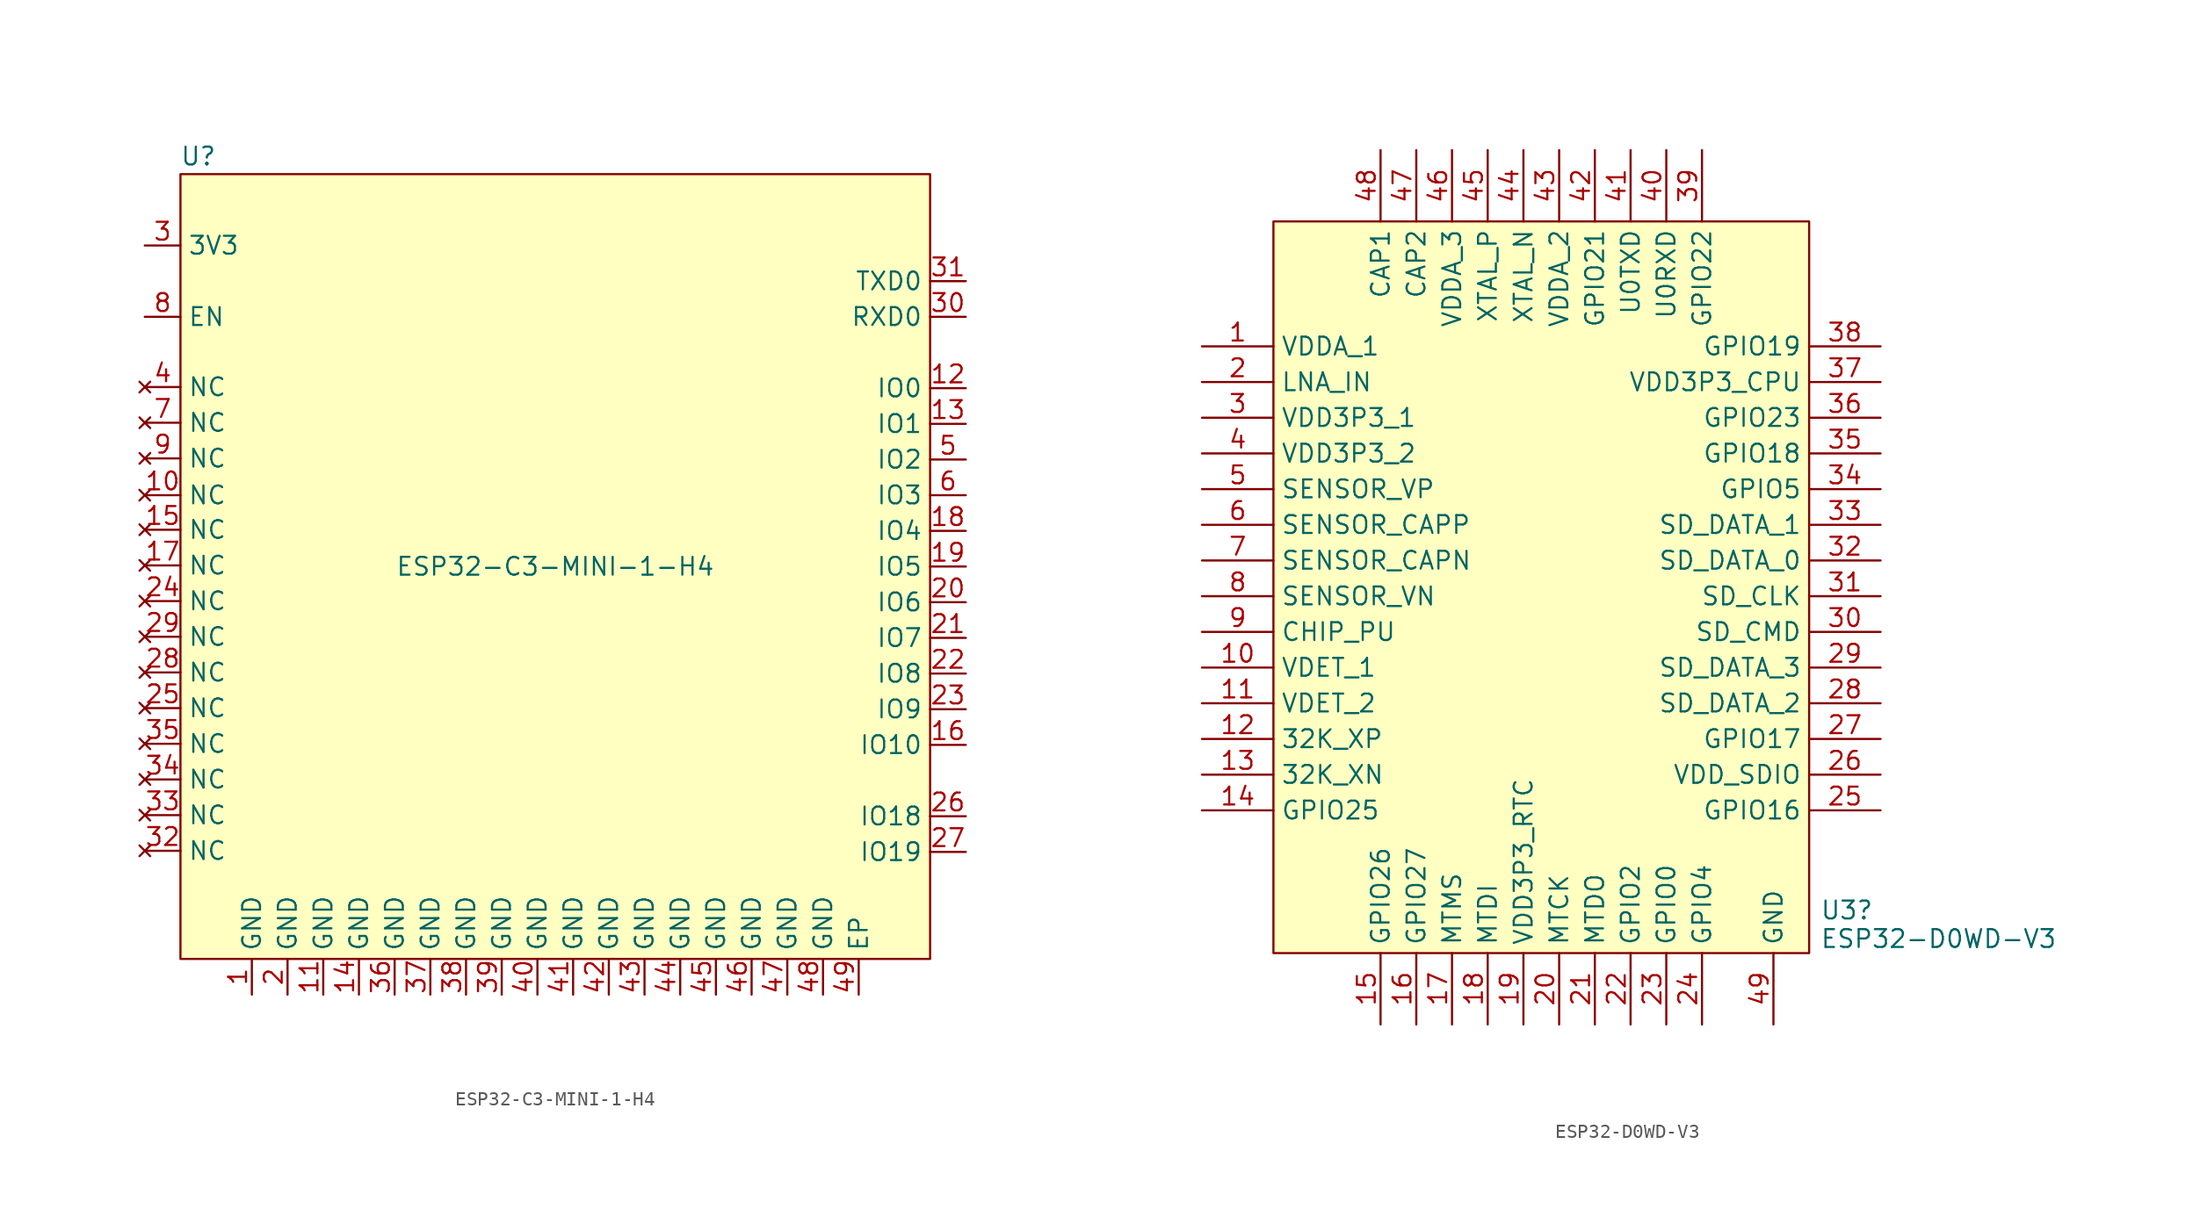
<source format=kicad_sym>
(kicad_symbol_lib
  (version 20241209)
  (generator "kicad_symbol_editor")
  (generator_version "9.0")
  (symbol "ESP32-C3-MINI-1-H4"
    (property "Reference" "U"
      (at 1.27 57.15 0)
      (effects (font (size 1.27 1.27))))
    (property "Value" "ESP32-C3-MINI-1-H4"
      (at 26.67 27.94 0)
      (effects (font (size 1.27 1.27))))
    (symbol "ESP32-C3-MINI-1-H4_0_1"
      (rectangle (start 0 55.88) (end 53.34 0) (stroke (width 0) (type default)) (fill (type background))))
    (symbol "ESP32-C3-MINI-1-H4_1_1"
      (pin power_in line (at -2.54 50.8 0) (length 2.54) (name "3V3" (effects (font (size 1.27 1.27)))) (number "3" (effects (font (size 1.27 1.27)))))
      (pin input line (at -2.54 45.72 0) (length 2.54) (name "EN" (effects (font (size 1.27 1.27)))) (number "8" (effects (font (size 1.27 1.27)))))
      (pin no_connect line (at -2.54 33.02 0) (length 2.54) (name "NC" (effects (font (size 1.27 1.27)))) (number "10" (effects (font (size 1.27 1.27)))))
      (pin no_connect line (at -2.534 40.719 0) (length 2.54) (name "NC" (effects (font (size 1.27 1.27)))) (number "4" (effects (font (size 1.27 1.27)))))
      (pin no_connect line (at -2.534 38.179 0) (length 2.54) (name "NC" (effects (font (size 1.27 1.27)))) (number "7" (effects (font (size 1.27 1.27)))))
      (pin no_connect line (at -2.534 35.639 0) (length 2.54) (name "NC" (effects (font (size 1.27 1.27)))) (number "9" (effects (font (size 1.27 1.27)))))
      (pin no_connect line (at -2.534 30.559 0) (length 2.54) (name "NC" (effects (font (size 1.27 1.27)))) (number "15" (effects (font (size 1.27 1.27)))))
      (pin no_connect line (at -2.534 28.019 0) (length 2.54) (name "NC" (effects (font (size 1.27 1.27)))) (number "17" (effects (font (size 1.27 1.27)))))
      (pin no_connect line (at -2.534 25.479 0) (length 2.54) (name "NC" (effects (font (size 1.27 1.27)))) (number "24" (effects (font (size 1.27 1.27)))))
      (pin no_connect line (at -2.534 22.939 0) (length 2.54) (name "NC" (effects (font (size 1.27 1.27)))) (number "29" (effects (font (size 1.27 1.27)))))
      (pin no_connect line (at -2.534 20.399 0) (length 2.54) (name "NC" (effects (font (size 1.27 1.27)))) (number "28" (effects (font (size 1.27 1.27)))))
      (pin no_connect line (at -2.534 17.859 0) (length 2.54) (name "NC" (effects (font (size 1.27 1.27)))) (number "25" (effects (font (size 1.27 1.27)))))
      (pin no_connect line (at -2.534 15.319 0) (length 2.54) (name "NC" (effects (font (size 1.27 1.27)))) (number "35" (effects (font (size 1.27 1.27)))))
      (pin no_connect line (at -2.534 12.779 0) (length 2.54) (name "NC" (effects (font (size 1.27 1.27)))) (number "34" (effects (font (size 1.27 1.27)))))
      (pin no_connect line (at -2.534 10.239 0) (length 2.54) (name "NC" (effects (font (size 1.27 1.27)))) (number "33" (effects (font (size 1.27 1.27)))))
      (pin no_connect line (at -2.534 7.699 0) (length 2.54) (name "NC" (effects (font (size 1.27 1.27)))) (number "32" (effects (font (size 1.27 1.27)))))
      (pin power_in line (at 5.08 -2.54 90) (length 2.54) (name "GND" (effects (font (size 1.27 1.27)))) (number "1" (effects (font (size 1.27 1.27)))))
      (pin power_in line (at 7.62 -2.54 90) (length 2.54) (name "GND" (effects (font (size 1.27 1.27)))) (number "2" (effects (font (size 1.27 1.27)))))
      (pin power_in line (at 10.16 -2.54 90) (length 2.54) (name "GND" (effects (font (size 1.27 1.27)))) (number "11" (effects (font (size 1.27 1.27)))))
      (pin power_in line (at 12.7 -2.54 90) (length 2.54) (name "GND" (effects (font (size 1.27 1.27)))) (number "14" (effects (font (size 1.27 1.27)))))
      (pin power_in line (at 15.24 -2.54 90) (length 2.54) (name "GND" (effects (font (size 1.27 1.27)))) (number "36" (effects (font (size 1.27 1.27)))))
      (pin power_in line (at 17.78 -2.54 90) (length 2.54) (name "GND" (effects (font (size 1.27 1.27)))) (number "37" (effects (font (size 1.27 1.27)))))
      (pin power_in line (at 20.32 -2.54 90) (length 2.54) (name "GND" (effects (font (size 1.27 1.27)))) (number "38" (effects (font (size 1.27 1.27)))))
      (pin power_in line (at 22.86 -2.54 90) (length 2.54) (name "GND" (effects (font (size 1.27 1.27)))) (number "39" (effects (font (size 1.27 1.27)))))
      (pin power_in line (at 25.4 -2.54 90) (length 2.54) (name "GND" (effects (font (size 1.27 1.27)))) (number "40" (effects (font (size 1.27 1.27)))))
      (pin power_in line (at 27.94 -2.54 90) (length 2.54) (name "GND" (effects (font (size 1.27 1.27)))) (number "41" (effects (font (size 1.27 1.27)))))
      (pin power_in line (at 30.48 -2.54 90) (length 2.54) (name "GND" (effects (font (size 1.27 1.27)))) (number "42" (effects (font (size 1.27 1.27)))))
      (pin power_in line (at 33.02 -2.54 90) (length 2.54) (name "GND" (effects (font (size 1.27 1.27)))) (number "43" (effects (font (size 1.27 1.27)))))
      (pin power_in line (at 35.56 -2.54 90) (length 2.54) (name "GND" (effects (font (size 1.27 1.27)))) (number "44" (effects (font (size 1.27 1.27)))))
      (pin power_in line (at 38.1 -2.54 90) (length 2.54) (name "GND" (effects (font (size 1.27 1.27)))) (number "45" (effects (font (size 1.27 1.27)))))
      (pin power_in line (at 40.64 -2.54 90) (length 2.54) (name "GND" (effects (font (size 1.27 1.27)))) (number "46" (effects (font (size 1.27 1.27)))))
      (pin power_in line (at 43.18 -2.54 90) (length 2.54) (name "GND" (effects (font (size 1.27 1.27)))) (number "47" (effects (font (size 1.27 1.27)))))
      (pin power_in line (at 45.72 -2.54 90) (length 2.54) (name "GND" (effects (font (size 1.27 1.27)))) (number "48" (effects (font (size 1.27 1.27)))))
      (pin power_in line (at 48.26 -2.54 90) (length 2.54) (name "EP" (effects (font (size 1.27 1.27)))) (number "49" (effects (font (size 1.27 1.27)))))
      (pin output line (at 55.88 48.26 180) (length 2.54) (name "TXD0" (effects (font (size 1.27 1.27)))) (number "31" (effects (font (size 1.27 1.27)))))
      (pin input line (at 55.88 45.72 180) (length 2.54) (name "RXD0" (effects (font (size 1.27 1.27)))) (number "30" (effects (font (size 1.27 1.27)))))
      (pin bidirectional line (at 55.88 40.64 180) (length 2.54) (name "IO0" (effects (font (size 1.27 1.27)))) (number "12" (effects (font (size 1.27 1.27)))))
      (pin bidirectional line (at 55.88 38.1 180) (length 2.54) (name "IO1" (effects (font (size 1.27 1.27)))) (number "13" (effects (font (size 1.27 1.27)))))
      (pin bidirectional line (at 55.88 35.56 180) (length 2.54) (name "IO2" (effects (font (size 1.27 1.27)))) (number "5" (effects (font (size 1.27 1.27)))))
      (pin bidirectional line (at 55.88 33.02 180) (length 2.54) (name "IO3" (effects (font (size 1.27 1.27)))) (number "6" (effects (font (size 1.27 1.27)))))
      (pin bidirectional line (at 55.88 30.48 180) (length 2.54) (name "IO4" (effects (font (size 1.27 1.27)))) (number "18" (effects (font (size 1.27 1.27)))))
      (pin bidirectional line (at 55.88 27.94 180) (length 2.54) (name "IO5" (effects (font (size 1.27 1.27)))) (number "19" (effects (font (size 1.27 1.27)))))
      (pin bidirectional line (at 55.88 25.4 180) (length 2.54) (name "IO6" (effects (font (size 1.27 1.27)))) (number "20" (effects (font (size 1.27 1.27)))))
      (pin bidirectional line (at 55.88 22.86 180) (length 2.54) (name "IO7" (effects (font (size 1.27 1.27)))) (number "21" (effects (font (size 1.27 1.27)))))
      (pin bidirectional line (at 55.88 20.32 180) (length 2.54) (name "IO8" (effects (font (size 1.27 1.27)))) (number "22" (effects (font (size 1.27 1.27)))))
      (pin bidirectional line (at 55.88 17.78 180) (length 2.54) (name "IO9" (effects (font (size 1.27 1.27)))) (number "23" (effects (font (size 1.27 1.27)))))
      (pin bidirectional line (at 55.88 15.24 180) (length 2.54) (name "IO10" (effects (font (size 1.27 1.27)))) (number "16" (effects (font (size 1.27 1.27)))))
      (pin bidirectional line (at 55.88 10.16 180) (length 2.54) (name "IO18" (effects (font (size 1.27 1.27)))) (number "26" (effects (font (size 1.27 1.27)))))
      (pin bidirectional line (at 55.88 7.62 180) (length 2.54) (name "IO19" (effects (font (size 1.27 1.27)))) (number "27" (effects (font (size 1.27 1.27)))))))
  (symbol "ESP32-D0WD-V3"
    (property "Reference" "U3"
      (at 38.862 3.048 0)
      (effects (font (size 1.27 1.27)) (justify left)))
    (property "Value" "ESP32-D0WD-V3"
      (at 38.862 1.016 0)
      (effects (font (size 1.27 1.27)) (justify left)))
    (symbol "ESP32-D0WD-V3_0_1"
      (rectangle (start 0 52.07) (end 38.1 0) (stroke (width 0) (type default)) (fill (type background))))
    (symbol "ESP32-D0WD-V3_1_1"
      (pin power_in line (at -5.08 43.18 0) (length 5.08) (name "VDDA_1" (effects (font (size 1.27 1.27)))) (number "1" (effects (font (size 1.27 1.27)))))
      (pin passive line (at -5.08 40.64 0) (length 5.08) (name "LNA_IN" (effects (font (size 1.27 1.27)))) (number "2" (effects (font (size 1.27 1.27)))))
      (pin power_in line (at -5.08 38.1 0) (length 5.08) (name "VDD3P3_1" (effects (font (size 1.27 1.27)))) (number "3" (effects (font (size 1.27 1.27)))))
      (pin power_in line (at -5.08 35.56 0) (length 5.08) (name "VDD3P3_2" (effects (font (size 1.27 1.27)))) (number "4" (effects (font (size 1.27 1.27)))))
      (pin bidirectional line (at -5.08 33.02 0) (length 5.08) (name "SENSOR_VP" (effects (font (size 1.27 1.27)))) (number "5" (effects (font (size 1.27 1.27)))))
      (pin bidirectional line (at -5.08 30.48 0) (length 5.08) (name "SENSOR_CAPP" (effects (font (size 1.27 1.27)))) (number "6" (effects (font (size 1.27 1.27)))))
      (pin bidirectional line (at -5.08 27.94 0) (length 5.08) (name "SENSOR_CAPN" (effects (font (size 1.27 1.27)))) (number "7" (effects (font (size 1.27 1.27)))))
      (pin bidirectional line (at -5.08 25.4 0) (length 5.08) (name "SENSOR_VN" (effects (font (size 1.27 1.27)))) (number "8" (effects (font (size 1.27 1.27)))))
      (pin input line (at -5.08 22.86 0) (length 5.08) (name "CHIP_PU" (effects (font (size 1.27 1.27)))) (number "9" (effects (font (size 1.27 1.27)))))
      (pin bidirectional line (at -5.08 20.32 0) (length 5.08) (name "VDET_1" (effects (font (size 1.27 1.27)))) (number "10" (effects (font (size 1.27 1.27)))))
      (pin bidirectional line (at -5.08 17.78 0) (length 5.08) (name "VDET_2" (effects (font (size 1.27 1.27)))) (number "11" (effects (font (size 1.27 1.27)))))
      (pin bidirectional line (at -5.08 15.24 0) (length 5.08) (name "32K_XP" (effects (font (size 1.27 1.27)))) (number "12" (effects (font (size 1.27 1.27)))))
      (pin bidirectional line (at -5.08 12.7 0) (length 5.08) (name "32K_XN" (effects (font (size 1.27 1.27)))) (number "13" (effects (font (size 1.27 1.27)))))
      (pin bidirectional line (at -5.08 10.16 0) (length 5.08) (name "GPIO25" (effects (font (size 1.27 1.27)))) (number "14" (effects (font (size 1.27 1.27)))))
      (pin bidirectional line (at 7.62 57.15 270) (length 5.08) (name "CAP1" (effects (font (size 1.27 1.27)))) (number "48" (effects (font (size 1.27 1.27)))))
      (pin bidirectional line (at 7.62 -5.08 90) (length 5.08) (name "GPIO26" (effects (font (size 1.27 1.27)))) (number "15" (effects (font (size 1.27 1.27)))))
      (pin bidirectional line (at 10.16 57.15 270) (length 5.08) (name "CAP2" (effects (font (size 1.27 1.27)))) (number "47" (effects (font (size 1.27 1.27)))))
      (pin bidirectional line (at 10.16 -5.08 90) (length 5.08) (name "GPIO27" (effects (font (size 1.27 1.27)))) (number "16" (effects (font (size 1.27 1.27)))))
      (pin bidirectional line (at 12.7 57.15 270) (length 5.08) (name "VDDA_3" (effects (font (size 1.27 1.27)))) (number "46" (effects (font (size 1.27 1.27)))))
      (pin bidirectional line (at 12.7 -5.08 90) (length 5.08) (name "MTMS" (effects (font (size 1.27 1.27)))) (number "17" (effects (font (size 1.27 1.27)))))
      (pin input line (at 15.24 57.15 270) (length 5.08) (name "XTAL_P" (effects (font (size 1.27 1.27)))) (number "45" (effects (font (size 1.27 1.27)))))
      (pin bidirectional line (at 15.24 -5.08 90) (length 5.08) (name "MTDI" (effects (font (size 1.27 1.27)))) (number "18" (effects (font (size 1.27 1.27)))))
      (pin output line (at 17.78 57.15 270) (length 5.08) (name "XTAL_N" (effects (font (size 1.27 1.27)))) (number "44" (effects (font (size 1.27 1.27)))))
      (pin power_in line (at 17.78 -5.08 90) (length 5.08) (name "VDD3P3_RTC" (effects (font (size 1.27 1.27)))) (number "19" (effects (font (size 1.27 1.27)))))
      (pin power_in line (at 20.32 57.15 270) (length 5.08) (name "VDDA_2" (effects (font (size 1.27 1.27)))) (number "43" (effects (font (size 1.27 1.27)))))
      (pin bidirectional line (at 20.32 -5.08 90) (length 5.08) (name "MTCK" (effects (font (size 1.27 1.27)))) (number "20" (effects (font (size 1.27 1.27)))))
      (pin bidirectional line (at 22.86 57.15 270) (length 5.08) (name "GPIO21" (effects (font (size 1.27 1.27)))) (number "42" (effects (font (size 1.27 1.27)))))
      (pin bidirectional line (at 22.86 -5.08 90) (length 5.08) (name "MTDO" (effects (font (size 1.27 1.27)))) (number "21" (effects (font (size 1.27 1.27)))))
      (pin bidirectional line (at 25.4 57.15 270) (length 5.08) (name "U0TXD" (effects (font (size 1.27 1.27)))) (number "41" (effects (font (size 1.27 1.27)))))
      (pin bidirectional line (at 25.4 -5.08 90) (length 5.08) (name "GPIO2" (effects (font (size 1.27 1.27)))) (number "22" (effects (font (size 1.27 1.27)))))
      (pin bidirectional line (at 27.94 57.15 270) (length 5.08) (name "U0RXD" (effects (font (size 1.27 1.27)))) (number "40" (effects (font (size 1.27 1.27)))))
      (pin bidirectional line (at 27.94 -5.08 90) (length 5.08) (name "GPIO0" (effects (font (size 1.27 1.27)))) (number "23" (effects (font (size 1.27 1.27)))))
      (pin bidirectional line (at 30.48 57.15 270) (length 5.08) (name "GPIO22" (effects (font (size 1.27 1.27)))) (number "39" (effects (font (size 1.27 1.27)))))
      (pin bidirectional line (at 30.48 -5.08 90) (length 5.08) (name "GPIO4" (effects (font (size 1.27 1.27)))) (number "24" (effects (font (size 1.27 1.27)))))
      (pin power_in line (at 35.56 -5.08 90) (length 5.08) (name "GND" (effects (font (size 1.27 1.27)))) (number "49" (effects (font (size 1.27 1.27)))))
      (pin bidirectional line (at 43.18 43.18 180) (length 5.08) (name "GPIO19" (effects (font (size 1.27 1.27)))) (number "38" (effects (font (size 1.27 1.27)))))
      (pin power_in line (at 43.18 40.64 180) (length 5.08) (name "VDD3P3_CPU" (effects (font (size 1.27 1.27)))) (number "37" (effects (font (size 1.27 1.27)))))
      (pin bidirectional line (at 43.18 38.1 180) (length 5.08) (name "GPIO23" (effects (font (size 1.27 1.27)))) (number "36" (effects (font (size 1.27 1.27)))))
      (pin bidirectional line (at 43.18 35.56 180) (length 5.08) (name "GPIO18" (effects (font (size 1.27 1.27)))) (number "35" (effects (font (size 1.27 1.27)))))
      (pin bidirectional line (at 43.18 33.02 180) (length 5.08) (name "GPIO5" (effects (font (size 1.27 1.27)))) (number "34" (effects (font (size 1.27 1.27)))))
      (pin bidirectional line (at 43.18 30.48 180) (length 5.08) (name "SD_DATA_1" (effects (font (size 1.27 1.27)))) (number "33" (effects (font (size 1.27 1.27)))))
      (pin bidirectional line (at 43.18 27.94 180) (length 5.08) (name "SD_DATA_0" (effects (font (size 1.27 1.27)))) (number "32" (effects (font (size 1.27 1.27)))))
      (pin bidirectional line (at 43.18 25.4 180) (length 5.08) (name "SD_CLK" (effects (font (size 1.27 1.27)))) (number "31" (effects (font (size 1.27 1.27)))))
      (pin bidirectional line (at 43.18 22.86 180) (length 5.08) (name "SD_CMD" (effects (font (size 1.27 1.27)))) (number "30" (effects (font (size 1.27 1.27)))))
      (pin bidirectional line (at 43.18 20.32 180) (length 5.08) (name "SD_DATA_3" (effects (font (size 1.27 1.27)))) (number "29" (effects (font (size 1.27 1.27)))))
      (pin bidirectional line (at 43.18 17.78 180) (length 5.08) (name "SD_DATA_2" (effects (font (size 1.27 1.27)))) (number "28" (effects (font (size 1.27 1.27)))))
      (pin bidirectional line (at 43.18 15.24 180) (length 5.08) (name "GPIO17" (effects (font (size 1.27 1.27)))) (number "27" (effects (font (size 1.27 1.27)))))
      (pin power_out line (at 43.18 12.7 180) (length 5.08) (name "VDD_SDIO" (effects (font (size 1.27 1.27)))) (number "26" (effects (font (size 1.27 1.27)))))
      (pin bidirectional line (at 43.18 10.16 180) (length 5.08) (name "GPIO16" (effects (font (size 1.27 1.27)))) (number "25" (effects (font (size 1.27 1.27))))))))
</source>
